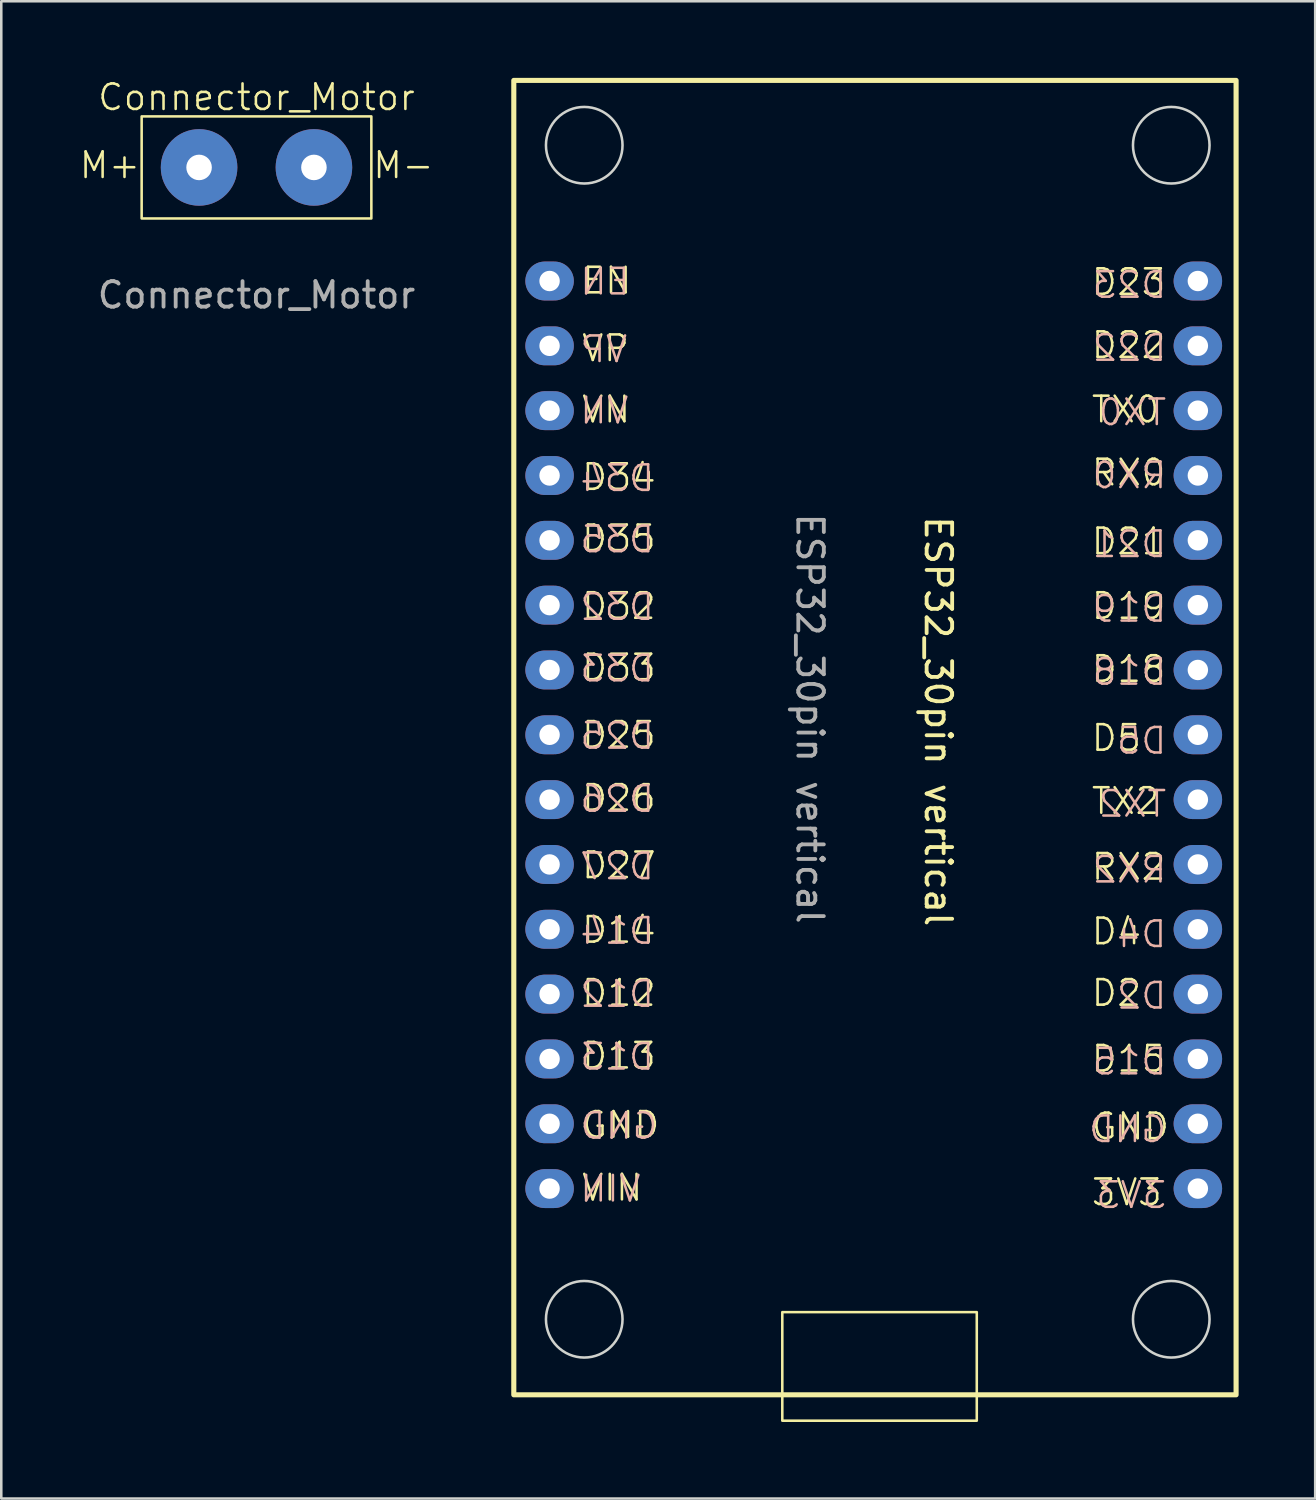
<source format=kicad_pcb>
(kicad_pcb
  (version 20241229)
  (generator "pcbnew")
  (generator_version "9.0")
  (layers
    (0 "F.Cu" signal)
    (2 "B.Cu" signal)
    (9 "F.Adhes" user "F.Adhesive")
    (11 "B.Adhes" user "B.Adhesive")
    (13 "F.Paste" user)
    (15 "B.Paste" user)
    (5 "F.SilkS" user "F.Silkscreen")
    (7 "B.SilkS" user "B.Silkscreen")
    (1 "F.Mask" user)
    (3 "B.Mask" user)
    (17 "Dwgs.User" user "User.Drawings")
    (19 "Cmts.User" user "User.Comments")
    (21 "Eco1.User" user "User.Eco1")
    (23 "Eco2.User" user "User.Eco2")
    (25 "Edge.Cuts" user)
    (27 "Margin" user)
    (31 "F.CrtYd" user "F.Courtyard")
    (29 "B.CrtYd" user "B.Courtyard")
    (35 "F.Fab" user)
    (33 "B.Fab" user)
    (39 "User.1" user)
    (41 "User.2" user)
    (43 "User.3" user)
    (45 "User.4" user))
  (footprint "ESP32_30pin vertical"
    (layer "F.Cu")
    (at 30.881 25.67)
    (property "Reference" "ESP32_30pin vertical" (at 2.83 -0.46 270) (unlocked yes) (layer "F.SilkS") (effects (font (size 1 1) (thickness 0.15))))
    (fp_rect (start -13.8 -25.57) (end 14.5 25.93) (stroke (width 0.2) (type default)) (fill no) (layer "F.SilkS"))
    (fp_rect (start -3.28 22.69) (end 4.34 26.944) (stroke (width 0.1) (type default)) (fill no) (layer "F.SilkS"))
    (fp_circle (center -11.04 -23.03) (end -11.04 -21.53) (stroke (width 0.1) (type default)) (fill no) (layer "Edge.Cuts"))
    (fp_circle (center -11.04 22.97) (end -11.04 24.47) (stroke (width 0.1) (type default)) (fill no) (layer "Edge.Cuts"))
    (fp_circle (center 11.96 -23.03) (end 11.96 -21.53) (stroke (width 0.1) (type default)) (fill no) (layer "Edge.Cuts"))
    (fp_circle (center 11.96 22.97) (end 11.96 24.47) (stroke (width 0.1) (type default)) (fill no) (layer "Edge.Cuts"))
    (fp_text user "D22" (at 8.77 -14.61 0) (unlocked yes) (layer "F.SilkS") (effects (font (size 1 1) (thickness 0.1)) (justify left bottom)))
    (fp_text user "EN" (at -11.2 -17.14 0) (unlocked yes) (layer "F.SilkS") (effects (font (size 1 1) (thickness 0.1)) (justify left bottom)))
    (fp_text user "RX2" (at 8.77 5.83 0) (unlocked yes) (layer "F.SilkS") (effects (font (size 1 1) (thickness 0.1)) (justify left bottom)))
    (fp_text user "D14" (at -11.2 8.3 0) (unlocked yes) (layer "F.SilkS") (effects (font (size 1 1) (thickness 0.1)) (justify left bottom)))
    (fp_text user "VIN" (at -11.2 18.4 0) (unlocked yes) (layer "F.SilkS") (effects (font (size 1 1) (thickness 0.1)) (justify left bottom)))
    (fp_text user "D32" (at -11.2 -4.39 0) (unlocked yes) (layer "F.SilkS") (effects (font (size 1 1) (thickness 0.1)) (justify left bottom)))
    (fp_text user "D26" (at -11.2 3.13 0) (unlocked yes) (layer "F.SilkS") (effects (font (size 1 1) (thickness 0.1)) (justify left bottom)))
    (fp_text user "D4" (at 8.77 8.36 0) (unlocked yes) (layer "F.SilkS") (effects (font (size 1 1) (thickness 0.1)) (justify left bottom)))
    (fp_text user "D2" (at 8.77 10.77 0) (unlocked yes) (layer "F.SilkS") (effects (font (size 1 1) (thickness 0.1)) (justify left bottom)))
    (fp_text user "D15" (at 8.77 13.35 0) (unlocked yes) (layer "F.SilkS") (effects (font (size 1 1) (thickness 0.1)) (justify left bottom)))
    (fp_text user "GND" (at -11.2 15.94 0) (unlocked yes) (layer "F.SilkS") (effects (font (size 1 1) (thickness 0.1)) (justify left bottom)))
    (fp_text user "D35" (at -11.2 -7.04 0) (unlocked yes) (layer "F.SilkS") (effects (font (size 1 1) (thickness 0.1)) (justify left bottom)))
    (fp_text user "D34" (at -11.2 -9.44 0) (unlocked yes) (layer "F.SilkS") (effects (font (size 1 1) (thickness 0.1)) (justify left bottom)))
    (fp_text user "D5" (at 8.77 0.78 0) (unlocked yes) (layer "F.SilkS") (effects (font (size 1 1) (thickness 0.1)) (justify left bottom)))
    (fp_text user "D13" (at -11.2 13.23 0) (unlocked yes) (layer "F.SilkS") (effects (font (size 1 1) (thickness 0.1)) (justify left bottom)))
    (fp_text user "VN" (at -11.2 -12.09 0) (unlocked yes) (layer "F.SilkS") (effects (font (size 1 1) (thickness 0.1)) (justify left bottom)))
    (fp_text user "D12" (at -11.2 10.77 0) (unlocked yes) (layer "F.SilkS") (effects (font (size 1 1) (thickness 0.1)) (justify left bottom)))
    (fp_text user "3V3" (at 8.77 18.58 0) (unlocked yes) (layer "F.SilkS") (effects (font (size 1 1) (thickness 0.1)) (justify left bottom)))
    (fp_text user "D21" (at 8.77 -6.92 0) (unlocked yes) (layer "F.SilkS") (effects (font (size 1 1) (thickness 0.1)) (justify left bottom)))
    (fp_text user "GND" (at 8.77 16 0) (unlocked yes) (layer "F.SilkS") (effects (font (size 1 1) (thickness 0.1)) (justify left bottom)))
    (fp_text user "D19" (at 8.77 -4.39 0) (unlocked yes) (layer "F.SilkS") (effects (font (size 1 1) (thickness 0.1)) (justify left bottom)))
    (fp_text user "RX0" (at 8.77 -9.62 0) (unlocked yes) (layer "F.SilkS") (effects (font (size 1 1) (thickness 0.1)) (justify left bottom)))
    (fp_text user "D23" (at 8.77 -17.08 0) (unlocked yes) (layer "F.SilkS") (effects (font (size 1 1) (thickness 0.1)) (justify left bottom)))
    (fp_text user "TX2" (at 8.77 3.25 0) (unlocked yes) (layer "F.SilkS") (effects (font (size 1 1) (thickness 0.1)) (justify left bottom)))
    (fp_text user "D25" (at -11.2 0.66 0) (unlocked yes) (layer "F.SilkS") (effects (font (size 1 1) (thickness 0.1)) (justify left bottom)))
    (fp_text user "TX0" (at 8.77 -12.09 0) (unlocked yes) (layer "F.SilkS") (effects (font (size 1 1) (thickness 0.1)) (justify left bottom)))
    (fp_text user "D18" (at 8.77 -1.92 0) (unlocked yes) (layer "F.SilkS") (effects (font (size 1 1) (thickness 0.1)) (justify left bottom)))
    (fp_text user "D27" (at -11.2 5.77 0) (unlocked yes) (layer "F.SilkS") (effects (font (size 1 1) (thickness 0.1)) (justify left bottom)))
    (fp_text user "VP" (at -11.2 -14.49 0) (unlocked yes) (layer "F.SilkS") (effects (font (size 1 1) (thickness 0.1)) (justify left bottom)))
    (fp_text user "D33" (at -11.2 -1.98 0) (unlocked yes) (layer "F.SilkS") (effects (font (size 1 1) (thickness 0.1)) (justify left bottom)))
    (fp_text user "D19" (at 11.84 -4.28 0) (unlocked yes) (layer "B.SilkS") (effects (font (size 1 1) (thickness 0.1)) (justify left bottom mirror)))
    (fp_text user "D12" (at -8.233 10.81 0) (unlocked yes) (layer "B.SilkS") (effects (font (size 1 1) (thickness 0.1)) (justify left bottom mirror)))
    (fp_text user "D23" (at 11.84 -16.97 0) (unlocked yes) (layer "B.SilkS") (effects (font (size 1 1) (thickness 0.1)) (justify left bottom mirror)))
    (fp_text user "D21" (at 11.84 -6.81 0) (unlocked yes) (layer "B.SilkS") (effects (font (size 1 1) (thickness 0.1)) (justify left bottom mirror)))
    (fp_text user "RX2" (at 11.84 5.94 0) (unlocked yes) (layer "B.SilkS") (effects (font (size 1 1) (thickness 0.1)) (justify left bottom mirror)))
    (fp_text user "VIN" (at -8.757 18.44 0) (unlocked yes) (layer "B.SilkS") (effects (font (size 1 1) (thickness 0.1)) (justify left bottom mirror)))
    (fp_text user "TX0" (at 11.84 -11.98 0) (unlocked yes) (layer "B.SilkS") (effects (font (size 1 1) (thickness 0.1)) (justify left bottom mirror)))
    (fp_text user "GND" (at -8.09 15.98 0) (unlocked yes) (layer "B.SilkS") (effects (font (size 1 1) (thickness 0.1)) (justify left bottom mirror)))
    (fp_text user "EN" (at -9.185 -17.1 0) (unlocked yes) (layer "B.SilkS") (effects (font (size 1 1) (thickness 0.1)) (justify left bottom mirror)))
    (fp_text user "D34" (at -8.233 -9.4 0) (unlocked yes) (layer "B.SilkS") (effects (font (size 1 1) (thickness 0.1)) (justify left bottom mirror)))
    (fp_text user "D25" (at -8.233 0.7 0) (unlocked yes) (layer "B.SilkS") (effects (font (size 1 1) (thickness 0.1)) (justify left bottom mirror)))
    (fp_text user "D26" (at -8.233 3.17 0) (unlocked yes) (layer "B.SilkS") (effects (font (size 1 1) (thickness 0.1)) (justify left bottom mirror)))
    (fp_text user "D27" (at -8.233 5.81 0) (unlocked yes) (layer "B.SilkS") (effects (font (size 1 1) (thickness 0.1)) (justify left bottom mirror)))
    (fp_text user "D22" (at 11.84 -14.5 0) (unlocked yes) (layer "B.SilkS") (effects (font (size 1 1) (thickness 0.1)) (justify left bottom mirror)))
    (fp_text user "D2" (at 11.84 10.88 0) (unlocked yes) (layer "B.SilkS") (effects (font (size 1 1) (thickness 0.1)) (justify left bottom mirror)))
    (fp_text user "RX0" (at 11.84 -9.51 0) (unlocked yes) (layer "B.SilkS") (effects (font (size 1 1) (thickness 0.1)) (justify left bottom mirror)))
    (fp_text user "VN" (at -9.233 -12.05 0) (unlocked yes) (layer "B.SilkS") (effects (font (size 1 1) (thickness 0.1)) (justify left bottom mirror)))
    (fp_text user "D5" (at 11.84 0.89 0) (unlocked yes) (layer "B.SilkS") (effects (font (size 1 1) (thickness 0.1)) (justify left bottom mirror)))
    (fp_text user "D14" (at -8.233 8.34 0) (unlocked yes) (layer "B.SilkS") (effects (font (size 1 1) (thickness 0.1)) (justify left bottom mirror)))
    (fp_text user "TX2" (at 11.84 3.36 0) (unlocked yes) (layer "B.SilkS") (effects (font (size 1 1) (thickness 0.1)) (justify left bottom mirror)))
    (fp_text user "D35" (at -8.233 -7 0) (unlocked yes) (layer "B.SilkS") (effects (font (size 1 1) (thickness 0.1)) (justify left bottom mirror)))
    (fp_text user "VP" (at -9.28 -14.45 0) (unlocked yes) (layer "B.SilkS") (effects (font (size 1 1) (thickness 0.1)) (justify left bottom mirror)))
    (fp_text user "D32" (at -8.233 -4.35 0) (unlocked yes) (layer "B.SilkS") (effects (font (size 1 1) (thickness 0.1)) (justify left bottom mirror)))
    (fp_text user "D13" (at -8.233 13.27 0) (unlocked yes) (layer "B.SilkS") (effects (font (size 1 1) (thickness 0.1)) (justify left bottom mirror)))
    (fp_text user "D18" (at 11.84 -1.81 0) (unlocked yes) (layer "B.SilkS") (effects (font (size 1 1) (thickness 0.1)) (justify left bottom mirror)))
    (fp_text user "D15" (at 11.84 13.46 0) (unlocked yes) (layer "B.SilkS") (effects (font (size 1 1) (thickness 0.1)) (justify left bottom mirror)))
    (fp_text user "D33" (at -8.233 -1.94 0) (unlocked yes) (layer "B.SilkS") (effects (font (size 1 1) (thickness 0.1)) (justify left bottom mirror)))
    (fp_text user "D4" (at 11.84 8.47 0) (unlocked yes) (layer "B.SilkS") (effects (font (size 1 1) (thickness 0.1)) (justify left bottom mirror)))
    (fp_text user "3V3" (at 11.84 18.69 0) (unlocked yes) (layer "B.SilkS") (effects (font (size 1 1) (thickness 0.1)) (justify left bottom mirror)))
    (fp_text user "GND" (at 11.84 16.11 0) (unlocked yes) (layer "B.SilkS") (effects (font (size 1 1) (thickness 0.1)) (justify left bottom mirror)))
    (fp_text user "${REFERENCE}" (at -2.198 -0.565 270) (unlocked yes) (layer "F.Fab") (effects (font (size 1 1) (thickness 0.15))))
    (pad "1" thru_hole oval (at -12.398 17.85 270) (size 1.524 1.9) (drill 0.8) (layers "*.Cu" "*.Mask"))
    (pad "2" thru_hole oval (at -12.398 15.31 270) (size 1.524 1.9) (drill 0.8) (layers "*.Cu" "*.Mask"))
    (pad "3" thru_hole oval (at -12.398 12.77 270) (size 1.524 1.9) (drill 0.8) (layers "*.Cu" "*.Mask"))
    (pad "4" thru_hole oval (at -12.398 10.23 270) (size 1.524 1.9) (drill 0.8) (layers "*.Cu" "*.Mask"))
    (pad "5" thru_hole oval (at -12.398 7.69 270) (size 1.524 1.9) (drill 0.8) (layers "*.Cu" "*.Mask"))
    (pad "6" thru_hole oval (at -12.398 5.15 270) (size 1.524 1.9) (drill 0.8) (layers "*.Cu" "*.Mask"))
    (pad "7" thru_hole oval (at -12.398 2.61 270) (size 1.524 1.9) (drill 0.8) (layers "*.Cu" "*.Mask"))
    (pad "8" thru_hole oval (at -12.398 0.07 270) (size 1.524 1.9) (drill 0.8) (layers "*.Cu" "*.Mask"))
    (pad "9" thru_hole oval (at -12.398 -2.47 270) (size 1.524 1.9) (drill 0.8) (layers "*.Cu" "*.Mask"))
    (pad "10" thru_hole oval (at -12.398 -5.01 270) (size 1.524 1.9) (drill 0.8) (layers "*.Cu" "*.Mask"))
    (pad "11" thru_hole oval (at -12.398 -7.55 270) (size 1.524 1.9) (drill 0.8) (layers "*.Cu" "*.Mask"))
    (pad "12" thru_hole oval (at -12.398 -10.09 270) (size 1.524 1.9) (drill 0.8) (layers "*.Cu" "*.Mask"))
    (pad "13" thru_hole oval (at -12.398 -12.63 270) (size 1.524 1.9) (drill 0.8) (layers "*.Cu" "*.Mask"))
    (pad "14" thru_hole oval (at -12.398 -15.17 270) (size 1.524 1.9) (drill 0.8) (layers "*.Cu" "*.Mask"))
    (pad "15" thru_hole oval (at -12.398 -17.71 270) (size 1.524 1.9) (drill 0.8) (layers "*.Cu" "*.Mask"))
    (pad "16" thru_hole oval (at 13.002 17.85 270) (size 1.524 1.9) (drill 0.8) (layers "*.Cu" "*.Mask"))
    (pad "17" thru_hole oval (at 13.002 15.31 270) (size 1.524 1.9) (drill 0.8) (layers "*.Cu" "*.Mask"))
    (pad "18" thru_hole oval (at 13.002 12.77 270) (size 1.524 1.9) (drill 0.8) (layers "*.Cu" "*.Mask"))
    (pad "19" thru_hole oval (at 13.002 10.23 270) (size 1.524 1.9) (drill 0.8) (layers "*.Cu" "*.Mask"))
    (pad "20" thru_hole oval (at 13.002 7.69 270) (size 1.524 1.9) (drill 0.8) (layers "*.Cu" "*.Mask"))
    (pad "21" thru_hole oval (at 13.002 5.15 270) (size 1.524 1.9) (drill 0.8) (layers "*.Cu" "*.Mask"))
    (pad "22" thru_hole oval (at 13.002 2.61 270) (size 1.524 1.9) (drill 0.8) (layers "*.Cu" "*.Mask"))
    (pad "23" thru_hole oval (at 13.002 0.07 270) (size 1.524 1.9) (drill 0.8) (layers "*.Cu" "*.Mask"))
    (pad "24" thru_hole oval (at 13.002 -2.47 270) (size 1.524 1.9) (drill 0.8) (layers "*.Cu" "*.Mask"))
    (pad "25" thru_hole oval (at 13.002 -5.01 270) (size 1.524 1.9) (drill 0.8) (layers "*.Cu" "*.Mask"))
    (pad "26" thru_hole oval (at 13.002 -7.55 270) (size 1.524 1.9) (drill 0.8) (layers "*.Cu" "*.Mask"))
    (pad "27" thru_hole oval (at 13.002 -10.09 270) (size 1.524 1.9) (drill 0.8) (layers "*.Cu" "*.Mask"))
    (pad "28" thru_hole oval (at 13.002 -12.63 270) (size 1.524 1.9) (drill 0.8) (layers "*.Cu" "*.Mask"))
    (pad "29" thru_hole oval (at 13.002 -15.17 270) (size 1.524 1.9) (drill 0.8) (layers "*.Cu" "*.Mask"))
    (pad "30" thru_hole oval (at 13.002 -17.71 270) (size 1.524 1.9) (drill 0.8) (layers "*.Cu" "*.Mask")))
  (footprint "Connector_Motor"
    (layer "F.Cu")
    (at 7 3.51)
    (property "Reference" "Connector_Motor" (at 0 -2.75 0) (unlocked yes) (layer "F.SilkS") (effects (font (size 1 1) (thickness 0.1))))
    (attr through_hole)
    (fp_rect (start -4.5 -2) (end 4.5 2) (stroke (width 0.1) (type default)) (fill no) (layer "F.SilkS"))
    (fp_text user "M-" (at 4.5 0.5 0) (unlocked yes) (layer "F.SilkS") (effects (font (size 1 1) (thickness 0.1)) (justify left bottom)))
    (fp_text user "M+" (at -7 0.5 0) (unlocked yes) (layer "F.SilkS") (effects (font (size 1 1) (thickness 0.1)) (justify left bottom)))
    (fp_text user "${REFERENCE}" (at 0 5 0) (unlocked yes) (layer "F.Fab") (effects (font (size 1 1) (thickness 0.15))))
    (pad "1" thru_hole circle (at -2.25 0) (size 3 3) (drill 1) (layers "*.Cu" "*.Mask"))
    (pad "2" thru_hole circle (at 2.25 0) (size 3 3) (drill 1) (layers "*.Cu" "*.Mask")))
  (gr_rect
    (start -3 -3)
    (end 48.481 55.664)
    (stroke (width 0.1) (type default))
    (fill no)
    (layer "Edge.Cuts")))
</source>
